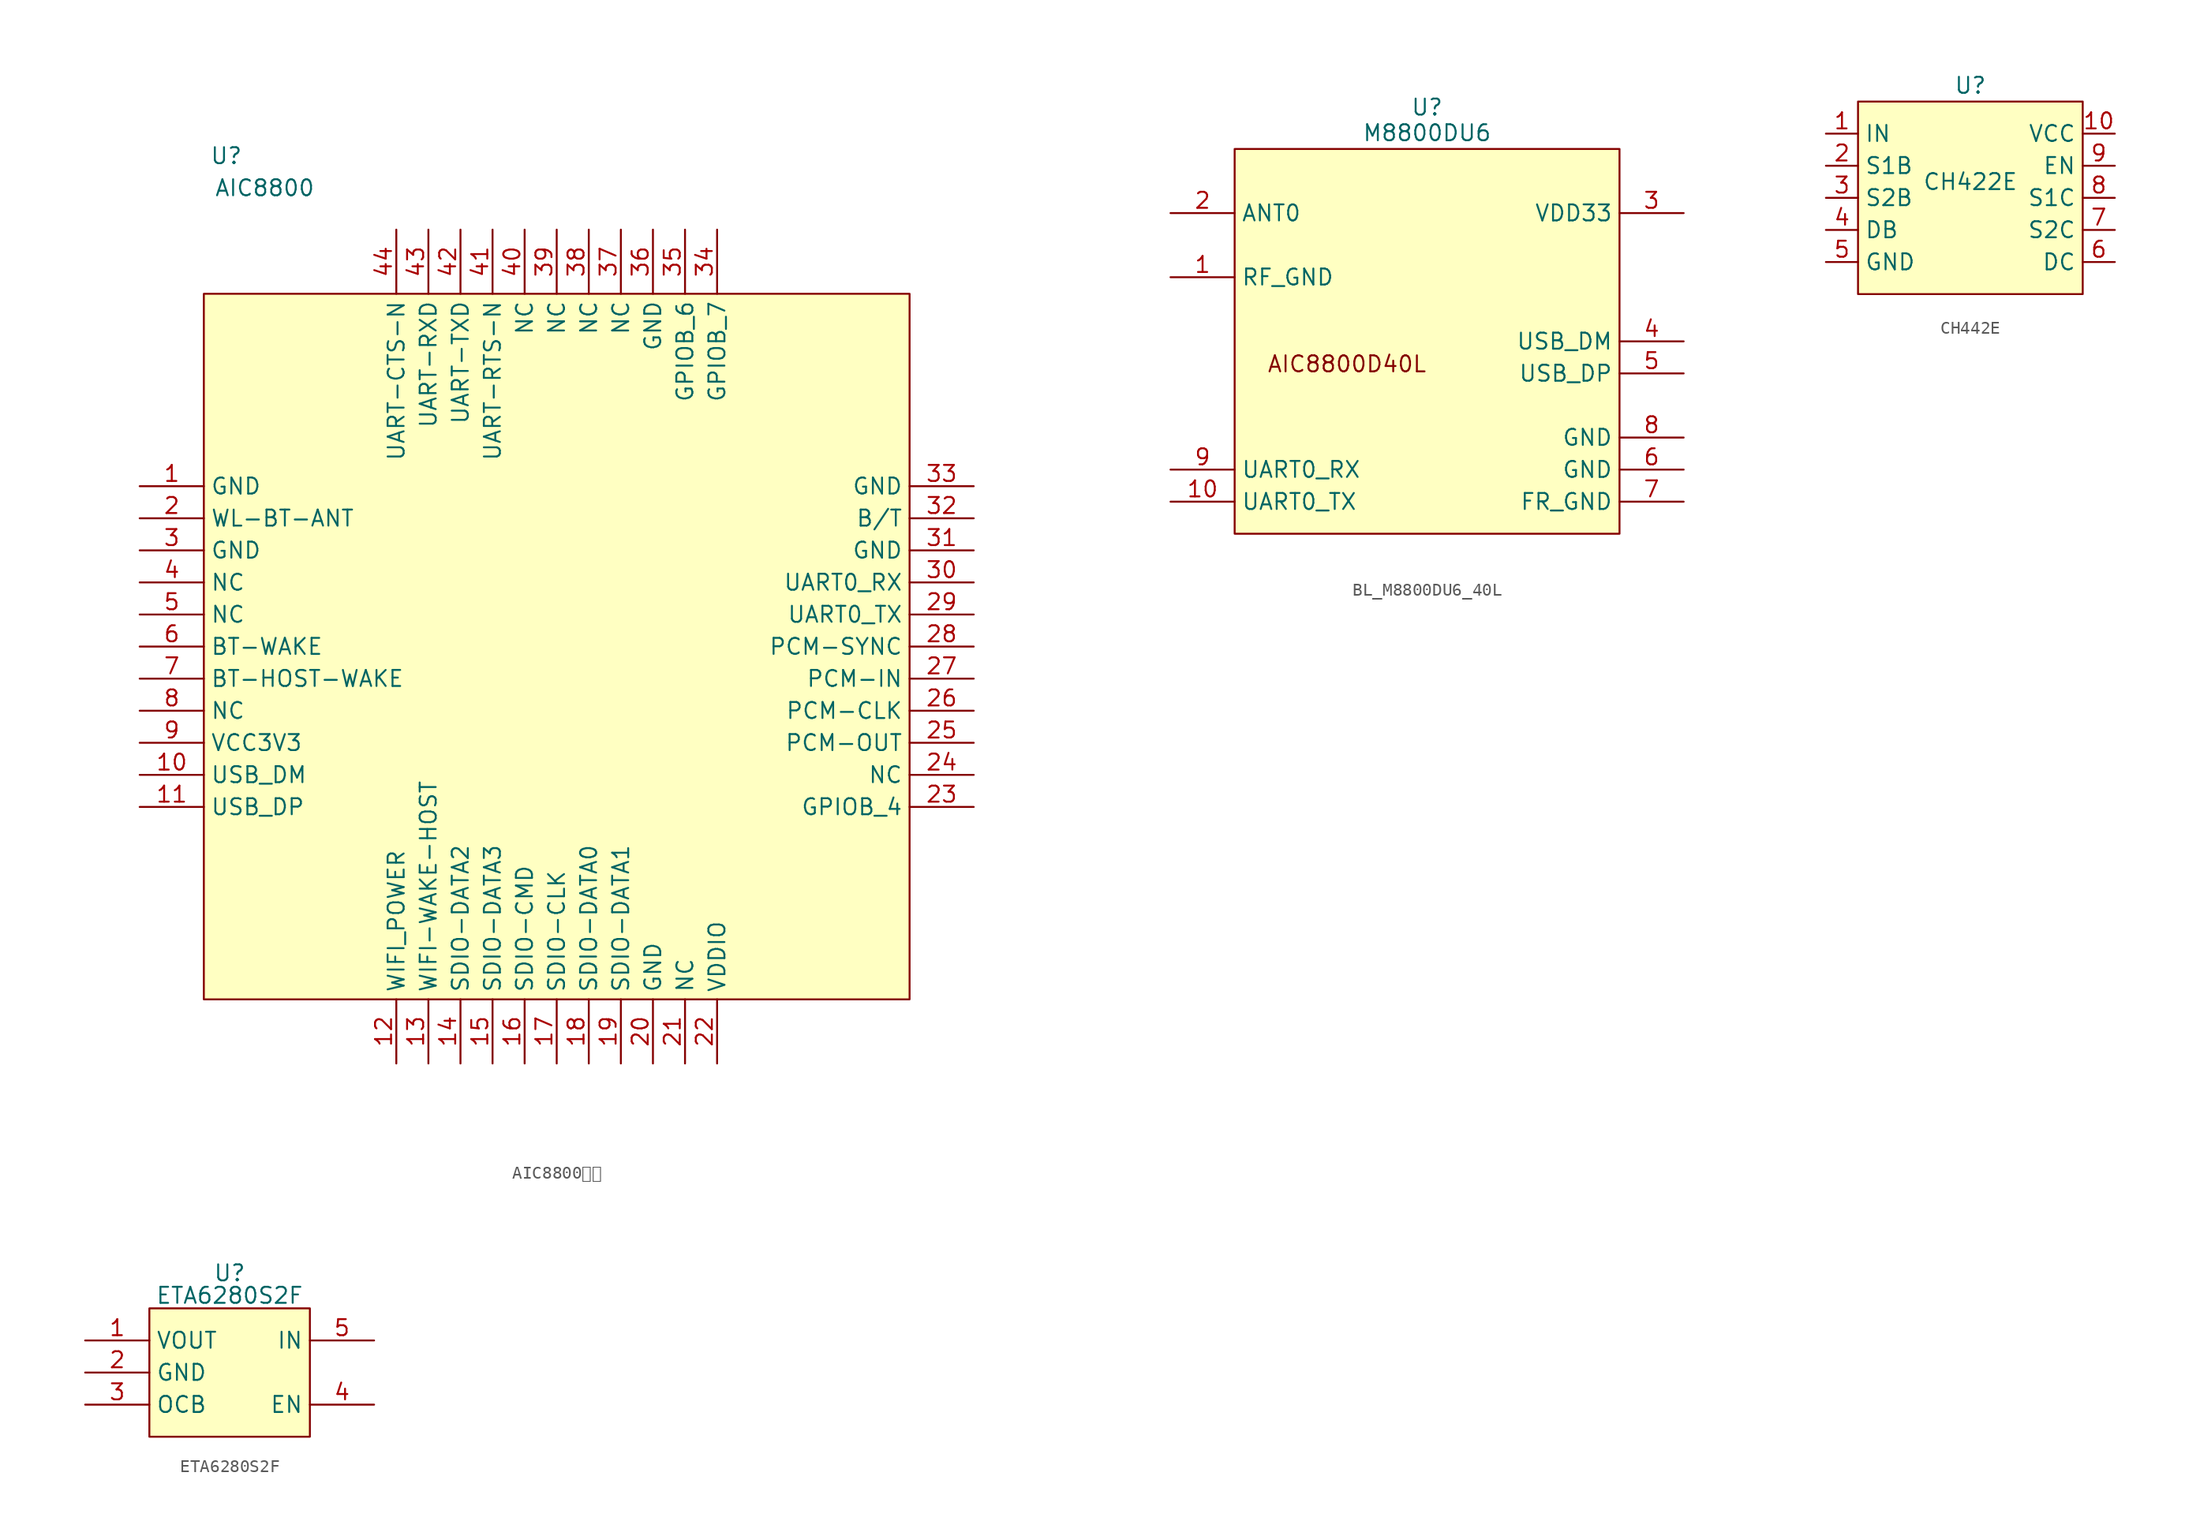
<source format=kicad_sym>
(kicad_symbol_lib
  (version 20241209)
  (generator "kicad_symbol_editor")
  (generator_version "9.0")
  (symbol "AIC8800模组"
    (property "Reference" "U"
      (at 1.778 10.922 0)
      (effects (font (size 1.27 1.27))))
    (property "Value" "AIC8800"
      (at 4.826 8.382 0)
      (effects (font (size 1.27 1.27))))
    (symbol "AIC8800模组_1_0"
      (rectangle (start 0 0) (end 55.88 -55.88) (stroke (width 0) (type solid)) (fill (type background)))
      (pin input line (at -5.08 -15.24 0) (length 5.08) (name "GND" (effects (font (size 1.27 1.27)))) (number "1" (effects (font (size 1.27 1.27)))))
      (pin input line (at -5.08 -17.78 0) (length 5.08) (name "WL-BT-ANT" (effects (font (size 1.27 1.27)))) (number "2" (effects (font (size 1.27 1.27)))))
      (pin input line (at -5.08 -20.32 0) (length 5.08) (name "GND" (effects (font (size 1.27 1.27)))) (number "3" (effects (font (size 1.27 1.27)))))
      (pin input line (at -5.08 -22.86 0) (length 5.08) (name "NC" (effects (font (size 1.27 1.27)))) (number "4" (effects (font (size 1.27 1.27)))))
      (pin input line (at -5.08 -25.4 0) (length 5.08) (name "NC" (effects (font (size 1.27 1.27)))) (number "5" (effects (font (size 1.27 1.27)))))
      (pin input line (at -5.08 -27.94 0) (length 5.08) (name "BT-WAKE" (effects (font (size 1.27 1.27)))) (number "6" (effects (font (size 1.27 1.27)))))
      (pin input line (at -5.08 -30.48 0) (length 5.08) (name "BT-HOST-WAKE" (effects (font (size 1.27 1.27)))) (number "7" (effects (font (size 1.27 1.27)))))
      (pin input line (at -5.08 -33.02 0) (length 5.08) (name "NC" (effects (font (size 1.27 1.27)))) (number "8" (effects (font (size 1.27 1.27)))))
      (pin input line (at -5.08 -35.56 0) (length 5.08) (name "VCC3V3" (effects (font (size 1.27 1.27)))) (number "9" (effects (font (size 1.27 1.27)))))
      (pin input line (at -5.08 -38.1 0) (length 5.08) (name "USB_DM" (effects (font (size 1.27 1.27)))) (number "10" (effects (font (size 1.27 1.27)))))
      (pin input line (at -5.08 -40.64 0) (length 5.08) (name "USB_DP" (effects (font (size 1.27 1.27)))) (number "11" (effects (font (size 1.27 1.27)))))
      (pin input line (at 15.24 5.08 270) (length 5.08) (name "UART-CTS-N" (effects (font (size 1.27 1.27)))) (number "44" (effects (font (size 1.27 1.27)))))
      (pin input line (at 15.24 -60.96 90) (length 5.08) (name "WIFI_POWER" (effects (font (size 1.27 1.27)))) (number "12" (effects (font (size 1.27 1.27)))))
      (pin input line (at 17.78 5.08 270) (length 5.08) (name "UART-RXD" (effects (font (size 1.27 1.27)))) (number "43" (effects (font (size 1.27 1.27)))))
      (pin input line (at 17.78 -60.96 90) (length 5.08) (name "WIFI-WAKE-HOST" (effects (font (size 1.27 1.27)))) (number "13" (effects (font (size 1.27 1.27)))))
      (pin input line (at 20.32 5.08 270) (length 5.08) (name "UART-TXD" (effects (font (size 1.27 1.27)))) (number "42" (effects (font (size 1.27 1.27)))))
      (pin input line (at 20.32 -60.96 90) (length 5.08) (name "SDIO-DATA2" (effects (font (size 1.27 1.27)))) (number "14" (effects (font (size 1.27 1.27)))))
      (pin input line (at 22.86 5.08 270) (length 5.08) (name "UART-RTS-N" (effects (font (size 1.27 1.27)))) (number "41" (effects (font (size 1.27 1.27)))))
      (pin input line (at 22.86 -60.96 90) (length 5.08) (name "SDIO-DATA3" (effects (font (size 1.27 1.27)))) (number "15" (effects (font (size 1.27 1.27)))))
      (pin input line (at 25.4 5.08 270) (length 5.08) (name "NC" (effects (font (size 1.27 1.27)))) (number "40" (effects (font (size 1.27 1.27)))))
      (pin input line (at 25.4 -60.96 90) (length 5.08) (name "SDIO-CMD" (effects (font (size 1.27 1.27)))) (number "16" (effects (font (size 1.27 1.27)))))
      (pin input line (at 27.94 5.08 270) (length 5.08) (name "NC" (effects (font (size 1.27 1.27)))) (number "39" (effects (font (size 1.27 1.27)))))
      (pin input line (at 27.94 -60.96 90) (length 5.08) (name "SDIO-CLK" (effects (font (size 1.27 1.27)))) (number "17" (effects (font (size 1.27 1.27)))))
      (pin input line (at 30.48 5.08 270) (length 5.08) (name "NC" (effects (font (size 1.27 1.27)))) (number "38" (effects (font (size 1.27 1.27)))))
      (pin input line (at 30.48 -60.96 90) (length 5.08) (name "SDIO-DATA0" (effects (font (size 1.27 1.27)))) (number "18" (effects (font (size 1.27 1.27)))))
      (pin input line (at 33.02 5.08 270) (length 5.08) (name "NC" (effects (font (size 1.27 1.27)))) (number "37" (effects (font (size 1.27 1.27)))))
      (pin input line (at 33.02 -60.96 90) (length 5.08) (name "SDIO-DATA1" (effects (font (size 1.27 1.27)))) (number "19" (effects (font (size 1.27 1.27)))))
      (pin input line (at 35.56 5.08 270) (length 5.08) (name "GND" (effects (font (size 1.27 1.27)))) (number "36" (effects (font (size 1.27 1.27)))))
      (pin input line (at 35.56 -60.96 90) (length 5.08) (name "GND" (effects (font (size 1.27 1.27)))) (number "20" (effects (font (size 1.27 1.27)))))
      (pin input line (at 38.1 5.08 270) (length 5.08) (name "GPIOB_6" (effects (font (size 1.27 1.27)))) (number "35" (effects (font (size 1.27 1.27)))))
      (pin input line (at 38.1 -60.96 90) (length 5.08) (name "NC" (effects (font (size 1.27 1.27)))) (number "21" (effects (font (size 1.27 1.27)))))
      (pin input line (at 40.64 5.08 270) (length 5.08) (name "GPIOB_7" (effects (font (size 1.27 1.27)))) (number "34" (effects (font (size 1.27 1.27)))))
      (pin input line (at 40.64 -60.96 90) (length 5.08) (name "VDDIO" (effects (font (size 1.27 1.27)))) (number "22" (effects (font (size 1.27 1.27)))))
      (pin input line (at 60.96 -15.24 180) (length 5.08) (name "GND" (effects (font (size 1.27 1.27)))) (number "33" (effects (font (size 1.27 1.27)))))
      (pin input line (at 60.96 -17.78 180) (length 5.08) (name "B/T" (effects (font (size 1.27 1.27)))) (number "32" (effects (font (size 1.27 1.27)))))
      (pin input line (at 60.96 -20.32 180) (length 5.08) (name "GND" (effects (font (size 1.27 1.27)))) (number "31" (effects (font (size 1.27 1.27)))))
      (pin input line (at 60.96 -22.86 180) (length 5.08) (name "UART0_RX" (effects (font (size 1.27 1.27)))) (number "30" (effects (font (size 1.27 1.27)))))
      (pin input line (at 60.96 -25.4 180) (length 5.08) (name "UART0_TX" (effects (font (size 1.27 1.27)))) (number "29" (effects (font (size 1.27 1.27)))))
      (pin input line (at 60.96 -27.94 180) (length 5.08) (name "PCM-SYNC" (effects (font (size 1.27 1.27)))) (number "28" (effects (font (size 1.27 1.27)))))
      (pin input line (at 60.96 -30.48 180) (length 5.08) (name "PCM-IN" (effects (font (size 1.27 1.27)))) (number "27" (effects (font (size 1.27 1.27)))))
      (pin input line (at 60.96 -33.02 180) (length 5.08) (name "PCM-CLK" (effects (font (size 1.27 1.27)))) (number "26" (effects (font (size 1.27 1.27)))))
      (pin input line (at 60.96 -35.56 180) (length 5.08) (name "PCM-OUT" (effects (font (size 1.27 1.27)))) (number "25" (effects (font (size 1.27 1.27)))))
      (pin input line (at 60.96 -38.1 180) (length 5.08) (name "NC" (effects (font (size 1.27 1.27)))) (number "24" (effects (font (size 1.27 1.27)))))
      (pin input line (at 60.96 -40.64 180) (length 5.08) (name "GPIOB_4" (effects (font (size 1.27 1.27)))) (number "23" (effects (font (size 1.27 1.27)))))))
  (symbol "BL_M8800DU6_40L"
    (property "Reference" "U"
      (at 0 21.082 0)
      (effects (font (size 1.27 1.27))))
    (property "Value" "M8800DU6"
      (at 0 19.05 0)
      (effects (font (size 1.27 1.27))))
    (symbol "BL_M8800DU6_40L_1_0"
      (rectangle (start -15.24 17.78) (end 15.24 -12.7) (stroke (width 0) (type solid)) (fill (type background)))
      (text "AIC8800D40L" (at -12.7 0 0) (effects (font (size 1.27 1.27)) (justify left bottom)))
      (pin unspecified line (at -20.32 12.7 0) (length 5.08) (name "ANT0" (effects (font (size 1.27 1.27)))) (number "2" (effects (font (size 1.27 1.27)))))
      (pin unspecified line (at -20.32 7.62 0) (length 5.08) (name "RF_GND" (effects (font (size 1.27 1.27)))) (number "1" (effects (font (size 1.27 1.27)))))
      (pin output line (at -20.32 -7.62 0) (length 5.08) (name "UART0_RX" (effects (font (size 1.27 1.27)))) (number "9" (effects (font (size 1.27 1.27)))))
      (pin input line (at -20.32 -10.16 0) (length 5.08) (name "UART0_TX" (effects (font (size 1.27 1.27)))) (number "10" (effects (font (size 1.27 1.27)))))
      (pin unspecified line (at 20.32 12.7 180) (length 5.08) (name "VDD33" (effects (font (size 1.27 1.27)))) (number "3" (effects (font (size 1.27 1.27)))))
      (pin bidirectional line (at 20.32 2.54 180) (length 5.08) (name "USB_DM" (effects (font (size 1.27 1.27)))) (number "4" (effects (font (size 1.27 1.27)))))
      (pin bidirectional line (at 20.32 0 180) (length 5.08) (name "USB_DP" (effects (font (size 1.27 1.27)))) (number "5" (effects (font (size 1.27 1.27)))))
      (pin unspecified line (at 20.32 -5.08 180) (length 5.08) (name "GND" (effects (font (size 1.27 1.27)))) (number "8" (effects (font (size 1.27 1.27)))))
      (pin unspecified line (at 20.32 -7.62 180) (length 5.08) (name "GND" (effects (font (size 1.27 1.27)))) (number "6" (effects (font (size 1.27 1.27)))))
      (pin unspecified line (at 20.32 -10.16 180) (length 5.08) (name "FR_GND" (effects (font (size 1.27 1.27)))) (number "7" (effects (font (size 1.27 1.27)))))))
  (symbol "CH442E"
    (property "Reference" "U"
      (at 0 7.62 0)
      (effects (font (size 1.27 1.27))))
    (property "Value" "CH422E"
      (at 0 0 0)
      (effects (font (size 1.27 1.27))))
    (symbol "CH442E_1_1"
      (rectangle (start -8.89 6.35) (end 8.89 -8.89) (stroke (width 0) (type solid)) (fill (type background)))
      (pin input line (at -11.43 3.81 0) (length 2.54) (name "IN" (effects (font (size 1.27 1.27)))) (number "1" (effects (font (size 1.27 1.27)))))
      (pin bidirectional line (at -11.43 1.27 0) (length 2.54) (name "S1B" (effects (font (size 1.27 1.27)))) (number "2" (effects (font (size 1.27 1.27)))))
      (pin bidirectional line (at -11.43 -1.27 0) (length 2.54) (name "S2B" (effects (font (size 1.27 1.27)))) (number "3" (effects (font (size 1.27 1.27)))))
      (pin bidirectional line (at -11.43 -3.81 0) (length 2.54) (name "DB" (effects (font (size 1.27 1.27)))) (number "4" (effects (font (size 1.27 1.27)))))
      (pin power_in line (at -11.43 -6.35 0) (length 2.54) (name "GND" (effects (font (size 1.27 1.27)))) (number "5" (effects (font (size 1.27 1.27)))))
      (pin power_in line (at 11.43 3.81 180) (length 2.54) (name "VCC" (effects (font (size 1.27 1.27)))) (number "10" (effects (font (size 1.27 1.27)))))
      (pin input line (at 11.43 1.27 180) (length 2.54) (name "EN" (effects (font (size 1.27 1.27)))) (number "9" (effects (font (size 1.27 1.27)))))
      (pin bidirectional line (at 11.43 -1.27 180) (length 2.54) (name "S1C" (effects (font (size 1.27 1.27)))) (number "8" (effects (font (size 1.27 1.27)))))
      (pin bidirectional line (at 11.43 -3.81 180) (length 2.54) (name "S2C" (effects (font (size 1.27 1.27)))) (number "7" (effects (font (size 1.27 1.27)))))
      (pin bidirectional line (at 11.43 -6.35 180) (length 2.54) (name "DC" (effects (font (size 1.27 1.27)))) (number "6" (effects (font (size 1.27 1.27)))))))
  (symbol "ETA6280S2F"
    (property "Reference" "U"
      (at 6.35 2.794 0)
      (effects (font (size 1.27 1.27))))
    (property "Value" "ETA6280S2F"
      (at 6.35 1.016 0)
      (effects (font (size 1.27 1.27))))
    (symbol "ETA6280S2F_1_1"
      (rectangle (start 0 0) (end 12.7 -10.16) (stroke (width 0) (type solid)) (fill (type background)))
      (pin power_out line (at -5.08 -2.54 0) (length 5.08) (name "VOUT" (effects (font (size 1.27 1.27)))) (number "1" (effects (font (size 1.27 1.27)))))
      (pin power_in line (at -5.08 -5.08 0) (length 5.08) (name "GND" (effects (font (size 1.27 1.27)))) (number "2" (effects (font (size 1.27 1.27)))))
      (pin input line (at -5.08 -7.62 0) (length 5.08) (name "OCB" (effects (font (size 1.27 1.27)))) (number "3" (effects (font (size 1.27 1.27)))))
      (pin power_in line (at 17.78 -2.54 180) (length 5.08) (name "IN" (effects (font (size 1.27 1.27)))) (number "5" (effects (font (size 1.27 1.27)))))
      (pin input line (at 17.78 -7.62 180) (length 5.08) (name "EN" (effects (font (size 1.27 1.27)))) (number "4" (effects (font (size 1.27 1.27))))))))
</source>
